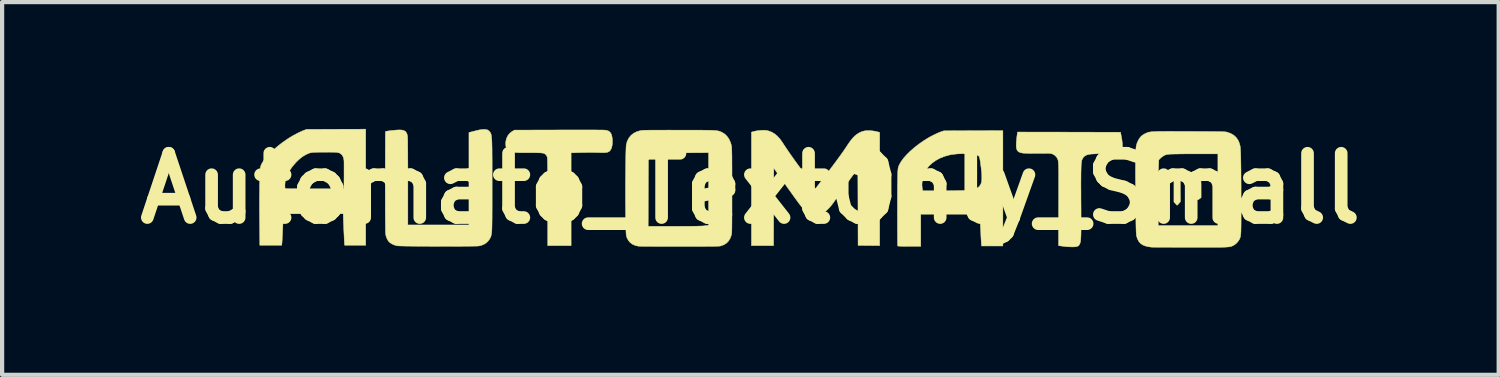
<source format=kicad_pcb>
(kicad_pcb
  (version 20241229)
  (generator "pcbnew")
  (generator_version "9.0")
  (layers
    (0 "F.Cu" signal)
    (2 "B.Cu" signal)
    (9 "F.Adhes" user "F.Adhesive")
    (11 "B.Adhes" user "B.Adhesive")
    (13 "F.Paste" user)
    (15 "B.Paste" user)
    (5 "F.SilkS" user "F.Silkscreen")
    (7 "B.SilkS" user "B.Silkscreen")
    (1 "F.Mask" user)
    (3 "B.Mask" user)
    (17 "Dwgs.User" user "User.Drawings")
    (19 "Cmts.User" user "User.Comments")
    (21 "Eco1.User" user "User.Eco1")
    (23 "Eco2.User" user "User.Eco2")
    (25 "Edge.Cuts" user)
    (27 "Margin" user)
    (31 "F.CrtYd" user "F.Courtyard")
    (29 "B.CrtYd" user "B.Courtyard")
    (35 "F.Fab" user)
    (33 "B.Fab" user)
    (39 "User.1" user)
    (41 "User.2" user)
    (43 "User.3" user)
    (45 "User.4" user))
  (footprint "Automato_TextOnly_Small"
    (layer "F.Cu")
    (at 14.739 1.418)
    (property "Reference" "Automato_TextOnly_Small" (at 0 0 0) (layer "F.SilkS") (effects (font (size 1.524 1.524) (thickness 0.3))))
    (attr through_hole)
    (fp_poly (pts (xy 10.192 -0.221) (xy 10.193 0.046) (xy 10.195 0.313) (xy 10.159 0.356) (xy 10.14 0.377) (xy 10.125 0.393) (xy 10.117 0.398) (xy 10.109 0.392) (xy 10.093 0.377) (xy 10.076 0.359) (xy 10.041 0.319) (xy 10.041 -0.225) (xy 10.08 -0.263) (xy 10.119 -0.301) (xy 10.192 -0.221)) (stroke (width 0.01) (type solid)) (fill yes) (layer "F.SilkS"))
    (fp_poly (pts (xy 10.633 -0.212) (xy 10.649 -0.2) (xy 10.662 -0.19) (xy 10.671 -0.18) (xy 10.678 -0.167) (xy 10.682 -0.15) (xy 10.684 -0.125) (xy 10.685 -0.091) (xy 10.685 -0.044) (xy 10.685 0.017) (xy 10.685 0.022) (xy 10.685 0.217) (xy 10.65 0.244) (xy 10.629 0.259) (xy 10.613 0.269) (xy 10.609 0.271) (xy 10.6 0.266) (xy 10.583 0.253) (xy 10.572 0.243) (xy 10.541 0.216) (xy 10.54 0.021) (xy 10.539 -0.174) (xy 10.574 -0.201) (xy 10.61 -0.229) (xy 10.633 -0.212)) (stroke (width 0.01) (type solid)) (fill yes) (layer "F.SilkS"))
    (fp_poly (pts (xy -3.94 -1.388) (xy -3.831 -1.388) (xy -3.736 -1.388) (xy -3.655 -1.387) (xy -3.586 -1.386) (xy -3.53 -1.386) (xy -3.486 -1.385) (xy -3.453 -1.383) (xy -3.431 -1.382) (xy -3.419 -1.381) (xy -3.371 -1.366) (xy -3.335 -1.343) (xy -3.308 -1.31) (xy -3.289 -1.265) (xy -3.277 -1.207) (xy -3.275 -1.194) (xy -3.27 -1.123) (xy -3.272 -1.055) (xy -3.282 -0.995) (xy -3.298 -0.944) (xy -3.32 -0.904) (xy -3.342 -0.882) (xy -3.362 -0.87) (xy -3.385 -0.86) (xy -3.412 -0.854) (xy -3.447 -0.85) (xy -3.491 -0.849) (xy -3.548 -0.849) (xy -3.605 -0.851) (xy -3.66 -0.852) (xy -3.728 -0.853) (xy -3.803 -0.853) (xy -3.881 -0.853) (xy -3.958 -0.852) (xy -4.01 -0.851) (xy -4.25 -0.845) (xy -4.25 1.355) (xy -4.805 1.355) (xy -4.805 0.324) (xy -4.805 0.161) (xy -4.806 0.015) (xy -4.806 -0.116) (xy -4.806 -0.233) (xy -4.807 -0.335) (xy -4.807 -0.424) (xy -4.808 -0.5) (xy -4.809 -0.565) (xy -4.809 -0.618) (xy -4.811 -0.661) (xy -4.812 -0.694) (xy -4.813 -0.719) (xy -4.815 -0.735) (xy -4.816 -0.743) (xy -4.829 -0.772) (xy -4.847 -0.799) (xy -4.851 -0.803) (xy -4.864 -0.814) (xy -4.877 -0.823) (xy -4.894 -0.831) (xy -4.915 -0.837) (xy -4.943 -0.841) (xy -4.979 -0.844) (xy -5.024 -0.846) (xy -5.081 -0.847) (xy -5.152 -0.848) (xy -5.237 -0.848) (xy -5.255 -0.848) (xy -5.351 -0.847) (xy -5.432 -0.848) (xy -5.499 -0.849) (xy -5.555 -0.852) (xy -5.6 -0.855) (xy -5.637 -0.86) (xy -5.667 -0.865) (xy -5.692 -0.873) (xy -5.713 -0.882) (xy -5.713 -0.882) (xy -5.753 -0.91) (xy -5.781 -0.95) (xy -5.797 -1.002) (xy -5.802 -1.066) (xy -5.798 -1.116) (xy -5.781 -1.187) (xy -5.75 -1.252) (xy -5.706 -1.307) (xy -5.651 -1.351) (xy -5.638 -1.359) (xy -5.592 -1.384) (xy -4.528 -1.387) (xy -4.357 -1.388) (xy -4.202 -1.388) (xy -4.064 -1.388) (xy -3.94 -1.388)) (stroke (width 0.01) (type solid)) (fill yes) (layer "F.SilkS"))
    (fp_poly (pts (xy 0.35 -1.379) (xy 0.379 -1.376) (xy 0.407 -1.371) (xy 0.436 -1.362) (xy 0.509 -1.335) (xy 0.575 -1.295) (xy 0.638 -1.243) (xy 0.699 -1.176) (xy 0.758 -1.094) (xy 0.77 -1.075) (xy 0.826 -0.99) (xy 0.89 -0.895) (xy 0.96 -0.794) (xy 1.034 -0.689) (xy 1.109 -0.585) (xy 1.15 -0.529) (xy 1.196 -0.467) (xy 1.248 -0.397) (xy 1.302 -0.323) (xy 1.355 -0.251) (xy 1.402 -0.187) (xy 1.412 -0.173) (xy 1.543 0.005) (xy 1.739 -0.254) (xy 1.817 -0.358) (xy 1.887 -0.45) (xy 1.948 -0.531) (xy 2.001 -0.603) (xy 2.049 -0.667) (xy 2.09 -0.723) (xy 2.127 -0.774) (xy 2.16 -0.82) (xy 2.191 -0.864) (xy 2.22 -0.905) (xy 2.247 -0.946) (xy 2.276 -0.988) (xy 2.305 -1.032) (xy 2.308 -1.037) (xy 2.366 -1.121) (xy 2.422 -1.191) (xy 2.477 -1.247) (xy 2.533 -1.291) (xy 2.591 -1.326) (xy 2.654 -1.352) (xy 2.675 -1.358) (xy 2.73 -1.369) (xy 2.796 -1.372) (xy 2.869 -1.369) (xy 2.943 -1.359) (xy 3.015 -1.343) (xy 3.02 -1.342) (xy 3.065 -1.329) (xy 3.065 1.355) (xy 2.809 1.353) (xy 2.553 1.35) (xy 2.551 0.518) (xy 2.548 -0.314) (xy 2.51 -0.331) (xy 2.485 -0.34) (xy 2.466 -0.346) (xy 2.46 -0.347) (xy 2.455 -0.343) (xy 2.445 -0.331) (xy 2.428 -0.31) (xy 2.405 -0.28) (xy 2.376 -0.24) (xy 2.34 -0.189) (xy 2.296 -0.128) (xy 2.244 -0.055) (xy 2.184 0.03) (xy 2.116 0.127) (xy 2.038 0.237) (xy 1.97 0.334) (xy 1.915 0.406) (xy 1.858 0.471) (xy 1.8 0.526) (xy 1.744 0.57) (xy 1.699 0.597) (xy 1.632 0.623) (xy 1.566 0.634) (xy 1.501 0.629) (xy 1.435 0.609) (xy 1.368 0.572) (xy 1.3 0.522) (xy 1.282 0.506) (xy 1.264 0.489) (xy 1.244 0.468) (xy 1.222 0.443) (xy 1.197 0.412) (xy 1.169 0.376) (xy 1.135 0.332) (xy 1.097 0.279) (xy 1.052 0.218) (xy 1 0.145) (xy 0.94 0.061) (xy 0.871 -0.035) (xy 0.854 -0.06) (xy 0.555 -0.483) (xy 0.552 0.436) (xy 0.55 1.355) (xy 0.025 1.355) (xy 0.025 -1.336) (xy 0.095 -1.355) (xy 0.157 -1.368) (xy 0.228 -1.376) (xy 0.268 -1.378) (xy 0.315 -1.38) (xy 0.35 -1.379)) (stroke (width 0.01) (type solid)) (fill yes) (layer "F.SilkS"))
    (fp_poly (pts (xy 7.555 -1.336) (xy 8.775 -1.333) (xy 8.794 -1.236) (xy 8.805 -1.176) (xy 8.813 -1.115) (xy 8.819 -1.057) (xy 8.821 -1.006) (xy 8.821 -0.966) (xy 8.819 -0.946) (xy 8.809 -0.918) (xy 8.793 -0.891) (xy 8.792 -0.89) (xy 8.78 -0.877) (xy 8.767 -0.866) (xy 8.751 -0.857) (xy 8.729 -0.85) (xy 8.702 -0.845) (xy 8.666 -0.84) (xy 8.621 -0.837) (xy 8.563 -0.834) (xy 8.493 -0.831) (xy 8.407 -0.829) (xy 8.403 -0.829) (xy 8.332 -0.827) (xy 8.263 -0.825) (xy 8.2 -0.822) (xy 8.144 -0.819) (xy 8.099 -0.817) (xy 8.066 -0.814) (xy 8.054 -0.813) (xy 7.99 -0.8) (xy 7.941 -0.779) (xy 7.903 -0.749) (xy 7.875 -0.708) (xy 7.861 -0.677) (xy 7.856 -0.662) (xy 7.853 -0.643) (xy 7.849 -0.62) (xy 7.846 -0.591) (xy 7.843 -0.556) (xy 7.841 -0.513) (xy 7.84 -0.462) (xy 7.838 -0.401) (xy 7.837 -0.33) (xy 7.837 -0.248) (xy 7.836 -0.153) (xy 7.836 -0.045) (xy 7.837 0.077) (xy 7.837 0.214) (xy 7.838 0.356) (xy 7.839 0.498) (xy 7.839 0.624) (xy 7.84 0.736) (xy 7.84 0.833) (xy 7.84 0.918) (xy 7.839 0.991) (xy 7.838 1.054) (xy 7.837 1.107) (xy 7.835 1.152) (xy 7.833 1.189) (xy 7.831 1.219) (xy 7.828 1.244) (xy 7.824 1.265) (xy 7.82 1.283) (xy 7.815 1.298) (xy 7.809 1.312) (xy 7.807 1.317) (xy 7.793 1.342) (xy 7.775 1.361) (xy 7.751 1.373) (xy 7.716 1.381) (xy 7.67 1.385) (xy 7.641 1.385) (xy 7.59 1.385) (xy 7.531 1.382) (xy 7.475 1.378) (xy 7.455 1.376) (xy 7.414 1.37) (xy 7.376 1.365) (xy 7.347 1.361) (xy 7.333 1.359) (xy 7.305 1.354) (xy 7.307 0.37) (xy 7.308 0.218) (xy 7.308 0.081) (xy 7.308 -0.04) (xy 7.308 -0.147) (xy 7.308 -0.242) (xy 7.308 -0.323) (xy 7.308 -0.394) (xy 7.307 -0.455) (xy 7.306 -0.506) (xy 7.305 -0.549) (xy 7.303 -0.584) (xy 7.301 -0.613) (xy 7.299 -0.637) (xy 7.296 -0.656) (xy 7.293 -0.671) (xy 7.289 -0.684) (xy 7.285 -0.695) (xy 7.28 -0.706) (xy 7.274 -0.717) (xy 7.272 -0.721) (xy 7.246 -0.758) (xy 7.209 -0.791) (xy 7.166 -0.815) (xy 7.148 -0.822) (xy 7.118 -0.828) (xy 7.08 -0.832) (xy 7.048 -0.833) (xy 6.943 -0.832) (xy 6.844 -0.831) (xy 6.752 -0.831) (xy 6.67 -0.832) (xy 6.598 -0.832) (xy 6.539 -0.834) (xy 6.493 -0.836) (xy 6.462 -0.838) (xy 6.453 -0.839) (xy 6.406 -0.849) (xy 6.369 -0.863) (xy 6.341 -0.884) (xy 6.321 -0.912) (xy 6.308 -0.95) (xy 6.302 -0.998) (xy 6.303 -1.059) (xy 6.308 -1.135) (xy 6.311 -1.164) (xy 6.316 -1.211) (xy 6.321 -1.253) (xy 6.326 -1.287) (xy 6.329 -1.309) (xy 6.33 -1.314) (xy 6.334 -1.338) (xy 7.555 -1.336)) (stroke (width 0.01) (type solid)) (fill yes) (layer "F.SilkS"))
    (fp_poly (pts (xy -9.119 1.346) (xy -9.618 1.346) (xy -9.622 1.327) (xy -9.623 1.316) (xy -9.624 1.289) (xy -9.626 1.25) (xy -9.629 1.201) (xy -9.631 1.144) (xy -9.634 1.081) (xy -9.637 1.015) (xy -9.64 0.947) (xy -9.643 0.88) (xy -9.646 0.817) (xy -9.648 0.758) (xy -9.65 0.707) (xy -9.651 0.666) (xy -9.652 0.637) (xy -9.652 0.624) (xy -9.652 0.601) (xy -11.065 0.601) (xy -11.069 0.637) (xy -11.071 0.654) (xy -11.073 0.686) (xy -11.076 0.73) (xy -11.078 0.784) (xy -11.082 0.845) (xy -11.085 0.913) (xy -11.087 0.957) (xy -11.09 1.027) (xy -11.093 1.094) (xy -11.097 1.156) (xy -11.099 1.21) (xy -11.102 1.253) (xy -11.104 1.283) (xy -11.105 1.293) (xy -11.11 1.346) (xy -11.63 1.346) (xy -11.636 0.756) (xy -11.637 0.604) (xy -11.638 0.458) (xy -11.638 0.318) (xy -11.638 0.185) (xy -11.636 0.061) (xy -11.635 -0.055) (xy -11.635 -0.056) (xy -11.035 -0.056) (xy -11.033 -0.025) (xy -11.03 -0.004) (xy -11.029 -0.001) (xy -11.023 0.001) (xy -11.007 0.002) (xy -10.981 0.004) (xy -10.943 0.005) (xy -10.893 0.006) (xy -10.831 0.007) (xy -10.755 0.007) (xy -10.665 0.008) (xy -10.56 0.008) (xy -10.439 0.008) (xy -10.329 0.008) (xy -9.635 0.008) (xy -9.633 -0.298) (xy -9.633 -0.371) (xy -9.633 -0.44) (xy -9.633 -0.504) (xy -9.633 -0.559) (xy -9.633 -0.604) (xy -9.634 -0.636) (xy -9.634 -0.652) (xy -9.642 -0.715) (xy -9.662 -0.766) (xy -9.692 -0.806) (xy -9.694 -0.808) (xy -9.711 -0.821) (xy -9.727 -0.833) (xy -9.745 -0.842) (xy -9.767 -0.848) (xy -9.795 -0.854) (xy -9.83 -0.857) (xy -9.874 -0.859) (xy -9.929 -0.86) (xy -9.997 -0.861) (xy -10.08 -0.86) (xy -10.105 -0.86) (xy -10.187 -0.86) (xy -10.255 -0.859) (xy -10.31 -0.857) (xy -10.355 -0.855) (xy -10.391 -0.852) (xy -10.422 -0.847) (xy -10.448 -0.841) (xy -10.473 -0.832) (xy -10.498 -0.821) (xy -10.525 -0.808) (xy -10.541 -0.8) (xy -10.599 -0.767) (xy -10.655 -0.727) (xy -10.714 -0.676) (xy -10.774 -0.617) (xy -10.856 -0.522) (xy -10.924 -0.424) (xy -10.978 -0.322) (xy -11.016 -0.22) (xy -11.021 -0.202) (xy -11.027 -0.171) (xy -11.031 -0.133) (xy -11.034 -0.094) (xy -11.035 -0.056) (xy -11.635 -0.056) (xy -11.633 -0.16) (xy -11.631 -0.254) (xy -11.628 -0.335) (xy -11.624 -0.404) (xy -11.621 -0.459) (xy -11.616 -0.498) (xy -11.612 -0.521) (xy -11.59 -0.577) (xy -11.553 -0.64) (xy -11.504 -0.708) (xy -11.443 -0.779) (xy -11.371 -0.853) (xy -11.291 -0.929) (xy -11.203 -1.004) (xy -11.108 -1.079) (xy -11.007 -1.15) (xy -10.964 -1.179) (xy -10.9 -1.219) (xy -10.83 -1.26) (xy -10.759 -1.298) (xy -10.689 -1.333) (xy -10.626 -1.362) (xy -10.575 -1.382) (xy -10.52 -1.401) (xy -9.819 -1.404) (xy -9.119 -1.406) (xy -9.119 1.346)) (stroke (width 0.01) (type solid)) (fill yes) (layer "F.SilkS"))
    (fp_poly (pts (xy 5.986 1.363) (xy 5.48 1.363) (xy 5.475 1.298) (xy 5.473 1.273) (xy 5.471 1.235) (xy 5.468 1.184) (xy 5.465 1.124) (xy 5.462 1.058) (xy 5.459 0.987) (xy 5.456 0.94) (xy 5.453 0.87) (xy 5.45 0.806) (xy 5.447 0.748) (xy 5.444 0.699) (xy 5.442 0.662) (xy 5.44 0.637) (xy 5.439 0.629) (xy 5.435 0.61) (xy 4.039 0.61) (xy 4.039 1.372) (xy 3.768 1.372) (xy 3.682 1.371) (xy 3.612 1.371) (xy 3.559 1.369) (xy 3.521 1.367) (xy 3.499 1.365) (xy 3.492 1.362) (xy 3.491 1.352) (xy 3.49 1.326) (xy 3.489 1.286) (xy 3.488 1.234) (xy 3.487 1.169) (xy 3.487 1.095) (xy 3.486 1.012) (xy 3.486 0.922) (xy 3.486 0.826) (xy 3.486 0.725) (xy 3.485 0.621) (xy 3.486 0.515) (xy 3.486 0.409) (xy 3.486 0.303) (xy 3.486 0.2) (xy 3.487 0.101) (xy 3.487 0.007) (xy 3.488 -0.081) (xy 3.488 -0.082) (xy 4.068 -0.082) (xy 4.072 -0.03) (xy 4.077 0.004) (xy 4.081 0.032) (xy 4.085 0.049) (xy 4.086 0.052) (xy 4.095 0.053) (xy 4.119 0.054) (xy 4.157 0.055) (xy 4.206 0.055) (xy 4.266 0.055) (xy 4.334 0.055) (xy 4.408 0.055) (xy 4.487 0.055) (xy 4.57 0.054) (xy 4.654 0.054) (xy 4.737 0.053) (xy 4.819 0.052) (xy 4.896 0.051) (xy 4.969 0.049) (xy 5.034 0.048) (xy 5.09 0.047) (xy 5.135 0.045) (xy 5.168 0.044) (xy 5.186 0.042) (xy 5.266 0.029) (xy 5.331 0.011) (xy 5.382 -0.013) (xy 5.422 -0.044) (xy 5.452 -0.083) (xy 5.473 -0.129) (xy 5.482 -0.172) (xy 5.486 -0.23) (xy 5.486 -0.302) (xy 5.481 -0.387) (xy 5.471 -0.483) (xy 5.46 -0.567) (xy 5.451 -0.632) (xy 5.443 -0.682) (xy 5.435 -0.72) (xy 5.426 -0.748) (xy 5.415 -0.767) (xy 5.4 -0.779) (xy 5.38 -0.788) (xy 5.355 -0.794) (xy 5.322 -0.799) (xy 5.321 -0.8) (xy 5.176 -0.818) (xy 5.032 -0.825) (xy 4.892 -0.819) (xy 4.76 -0.802) (xy 4.725 -0.795) (xy 4.605 -0.762) (xy 4.496 -0.719) (xy 4.397 -0.665) (xy 4.31 -0.603) (xy 4.235 -0.533) (xy 4.173 -0.454) (xy 4.125 -0.37) (xy 4.091 -0.279) (xy 4.072 -0.183) (xy 4.068 -0.082) (xy 3.488 -0.082) (xy 3.489 -0.161) (xy 3.49 -0.232) (xy 3.491 -0.293) (xy 3.492 -0.341) (xy 3.493 -0.376) (xy 3.494 -0.395) (xy 3.498 -0.442) (xy 3.502 -0.477) (xy 3.508 -0.505) (xy 3.516 -0.529) (xy 3.527 -0.554) (xy 3.533 -0.568) (xy 3.577 -0.643) (xy 3.635 -0.722) (xy 3.708 -0.804) (xy 3.793 -0.887) (xy 3.889 -0.971) (xy 3.996 -1.054) (xy 4.111 -1.134) (xy 4.184 -1.18) (xy 4.262 -1.225) (xy 4.342 -1.267) (xy 4.418 -1.303) (xy 4.487 -1.333) (xy 4.517 -1.344) (xy 4.585 -1.367) (xy 5.285 -1.37) (xy 5.986 -1.372) (xy 5.986 1.363)) (stroke (width 0.01) (type solid)) (fill yes) (layer "F.SilkS"))
    (fp_poly (pts (xy -6.263 -1.397) (xy -6.225 -1.385) (xy -6.195 -1.364) (xy -6.178 -1.344) (xy -6.17 -1.333) (xy -6.163 -1.322) (xy -6.157 -1.31) (xy -6.151 -1.297) (xy -6.146 -1.28) (xy -6.142 -1.26) (xy -6.138 -1.235) (xy -6.135 -1.204) (xy -6.132 -1.168) (xy -6.129 -1.124) (xy -6.127 -1.073) (xy -6.126 -1.012) (xy -6.124 -0.942) (xy -6.124 -0.861) (xy -6.123 -0.769) (xy -6.122 -0.664) (xy -6.122 -0.546) (xy -6.122 -0.414) (xy -6.122 -0.267) (xy -6.122 -0.104) (xy -6.122 -0.055) (xy -6.122 0.106) (xy -6.122 0.251) (xy -6.122 0.381) (xy -6.122 0.497) (xy -6.123 0.599) (xy -6.123 0.689) (xy -6.124 0.768) (xy -6.125 0.836) (xy -6.126 0.895) (xy -6.127 0.945) (xy -6.129 0.987) (xy -6.131 1.023) (xy -6.134 1.052) (xy -6.137 1.077) (xy -6.141 1.097) (xy -6.145 1.115) (xy -6.149 1.13) (xy -6.154 1.144) (xy -6.16 1.157) (xy -6.166 1.171) (xy -6.167 1.172) (xy -6.203 1.232) (xy -6.253 1.283) (xy -6.314 1.323) (xy -6.384 1.351) (xy -6.435 1.363) (xy -6.454 1.364) (xy -6.488 1.366) (xy -6.536 1.367) (xy -6.597 1.368) (xy -6.669 1.369) (xy -6.752 1.37) (xy -6.842 1.371) (xy -6.94 1.371) (xy -7.044 1.371) (xy -7.152 1.372) (xy -7.263 1.372) (xy -7.376 1.371) (xy -7.49 1.371) (xy -7.602 1.371) (xy -7.712 1.37) (xy -7.818 1.37) (xy -7.919 1.369) (xy -8.013 1.368) (xy -8.1 1.367) (xy -8.177 1.366) (xy -8.244 1.364) (xy -8.299 1.363) (xy -8.34 1.361) (xy -8.366 1.36) (xy -8.375 1.359) (xy -8.439 1.341) (xy -8.499 1.314) (xy -8.549 1.282) (xy -8.552 1.279) (xy -8.583 1.246) (xy -8.61 1.2) (xy -8.632 1.148) (xy -8.645 1.096) (xy -8.647 1.083) (xy -8.648 1.061) (xy -8.65 1.03) (xy -8.651 0.989) (xy -8.652 0.937) (xy -8.652 0.875) (xy -8.653 0.801) (xy -8.654 0.714) (xy -8.654 0.615) (xy -8.655 0.502) (xy -8.655 0.374) (xy -8.655 0.232) (xy -8.656 0.074) (xy -8.656 -0.1) (xy -8.656 -0.154) (xy -8.656 -0.295) (xy -8.656 -0.431) (xy -8.656 -0.562) (xy -8.655 -0.685) (xy -8.655 -0.802) (xy -8.655 -0.909) (xy -8.654 -1.008) (xy -8.654 -1.096) (xy -8.654 -1.172) (xy -8.653 -1.236) (xy -8.653 -1.287) (xy -8.652 -1.324) (xy -8.652 -1.345) (xy -8.651 -1.351) (xy -8.64 -1.354) (xy -8.615 -1.359) (xy -8.58 -1.364) (xy -8.538 -1.37) (xy -8.491 -1.375) (xy -8.443 -1.38) (xy -8.397 -1.384) (xy -8.356 -1.387) (xy -8.324 -1.388) (xy -8.318 -1.388) (xy -8.258 -1.385) (xy -8.212 -1.373) (xy -8.177 -1.352) (xy -8.152 -1.32) (xy -8.135 -1.275) (xy -8.128 -1.239) (xy -8.127 -1.223) (xy -8.125 -1.191) (xy -8.124 -1.144) (xy -8.123 -1.082) (xy -8.123 -1.006) (xy -8.122 -0.916) (xy -8.121 -0.815) (xy -8.121 -0.701) (xy -8.12 -0.577) (xy -8.12 -0.442) (xy -8.12 -0.298) (xy -8.12 -0.163) (xy -8.12 0.864) (xy -6.672 0.864) (xy -6.672 -1.327) (xy -6.572 -1.353) (xy -6.507 -1.369) (xy -6.454 -1.382) (xy -6.411 -1.391) (xy -6.375 -1.396) (xy -6.341 -1.399) (xy -6.312 -1.4) (xy -6.263 -1.397)) (stroke (width 0.01) (type solid)) (fill yes) (layer "F.SilkS"))
    (fp_poly (pts (xy 10.098 -1.353) (xy 10.223 -1.353) (xy 10.364 -1.353) (xy 10.407 -1.352) (xy 10.546 -1.352) (xy 10.669 -1.351) (xy 10.778 -1.351) (xy 10.873 -1.35) (xy 10.954 -1.35) (xy 11.024 -1.349) (xy 11.084 -1.348) (xy 11.134 -1.348) (xy 11.175 -1.347) (xy 11.208 -1.345) (xy 11.235 -1.344) (xy 11.256 -1.342) (xy 11.273 -1.341) (xy 11.286 -1.339) (xy 11.297 -1.336) (xy 11.302 -1.335) (xy 11.385 -1.305) (xy 11.456 -1.265) (xy 11.514 -1.213) (xy 11.559 -1.15) (xy 11.592 -1.076) (xy 11.611 -1.003) (xy 11.614 -0.979) (xy 11.617 -0.945) (xy 11.62 -0.898) (xy 11.623 -0.84) (xy 11.625 -0.77) (xy 11.627 -0.687) (xy 11.628 -0.59) (xy 11.63 -0.48) (xy 11.631 -0.355) (xy 11.632 -0.216) (xy 11.633 -0.061) (xy 11.633 0.109) (xy 11.634 0.296) (xy 11.634 0.412) (xy 11.634 0.539) (xy 11.634 0.649) (xy 11.633 0.746) (xy 11.633 0.829) (xy 11.632 0.9) (xy 11.631 0.959) (xy 11.63 1.01) (xy 11.628 1.051) (xy 11.625 1.085) (xy 11.622 1.113) (xy 11.618 1.136) (xy 11.614 1.156) (xy 11.608 1.172) (xy 11.602 1.188) (xy 11.595 1.203) (xy 11.59 1.212) (xy 11.563 1.254) (xy 11.525 1.296) (xy 11.484 1.331) (xy 11.452 1.35) (xy 11.437 1.358) (xy 11.423 1.364) (xy 11.409 1.37) (xy 11.394 1.375) (xy 11.376 1.379) (xy 11.355 1.383) (xy 11.33 1.386) (xy 11.3 1.388) (xy 11.263 1.391) (xy 11.219 1.392) (xy 11.166 1.394) (xy 11.105 1.395) (xy 11.033 1.395) (xy 10.949 1.396) (xy 10.853 1.396) (xy 10.744 1.396) (xy 10.62 1.396) (xy 10.481 1.396) (xy 10.414 1.395) (xy 10.293 1.395) (xy 10.176 1.395) (xy 10.065 1.395) (xy 9.961 1.394) (xy 9.865 1.394) (xy 9.777 1.394) (xy 9.7 1.393) (xy 9.634 1.393) (xy 9.581 1.392) (xy 9.541 1.392) (xy 9.516 1.392) (xy 9.508 1.391) (xy 9.421 1.379) (xy 9.348 1.359) (xy 9.288 1.331) (xy 9.24 1.294) (xy 9.202 1.247) (xy 9.174 1.189) (xy 9.156 1.133) (xy 9.153 1.121) (xy 9.151 1.107) (xy 9.149 1.088) (xy 9.147 1.064) (xy 9.146 1.033) (xy 9.144 0.995) (xy 9.143 0.948) (xy 9.141 0.892) (xy 9.141 0.881) (xy 9.669 0.881) (xy 11.083 0.881) (xy 11.083 -0.821) (xy 10.577 -0.821) (xy 10.482 -0.821) (xy 10.39 -0.82) (xy 10.301 -0.82) (xy 10.218 -0.819) (xy 10.143 -0.818) (xy 10.078 -0.817) (xy 10.025 -0.816) (xy 9.985 -0.815) (xy 9.965 -0.814) (xy 9.919 -0.811) (xy 9.885 -0.807) (xy 9.86 -0.802) (xy 9.839 -0.795) (xy 9.817 -0.785) (xy 9.807 -0.78) (xy 9.773 -0.759) (xy 9.739 -0.733) (xy 9.719 -0.715) (xy 9.682 -0.677) (xy 9.676 -0.51) (xy 9.675 -0.473) (xy 9.674 -0.421) (xy 9.673 -0.356) (xy 9.673 -0.279) (xy 9.672 -0.193) (xy 9.671 -0.099) (xy 9.671 -0.000126) (xy 9.67 0.103) (xy 9.67 0.208) (xy 9.67 0.269) (xy 9.669 0.881) (xy 9.141 0.881) (xy 9.14 0.824) (xy 9.139 0.745) (xy 9.138 0.653) (xy 9.136 0.547) (xy 9.135 0.426) (xy 9.134 0.33) (xy 9.132 0.139) (xy 9.131 -0.035) (xy 9.13 -0.194) (xy 9.129 -0.337) (xy 9.129 -0.465) (xy 9.13 -0.578) (xy 9.131 -0.678) (xy 9.132 -0.764) (xy 9.134 -0.837) (xy 9.137 -0.898) (xy 9.14 -0.947) (xy 9.144 -0.984) (xy 9.148 -1.01) (xy 9.148 -1.012) (xy 9.166 -1.075) (xy 9.193 -1.136) (xy 9.224 -1.19) (xy 9.258 -1.232) (xy 9.29 -1.259) (xy 9.331 -1.286) (xy 9.36 -1.301) (xy 9.378 -1.309) (xy 9.395 -1.317) (xy 9.412 -1.324) (xy 9.429 -1.33) (xy 9.449 -1.335) (xy 9.472 -1.339) (xy 9.499 -1.343) (xy 9.531 -1.346) (xy 9.569 -1.348) (xy 9.615 -1.35) (xy 9.668 -1.352) (xy 9.732 -1.353) (xy 9.805 -1.353) (xy 9.89 -1.354) (xy 9.987 -1.354) (xy 10.098 -1.353)) (stroke (width 0.01) (type solid)) (fill yes) (layer "F.SilkS"))
    (fp_poly (pts (xy -1.807 -1.383) (xy -1.702 -1.383) (xy -1.558 -1.383) (xy -1.429 -1.383) (xy -1.316 -1.383) (xy -1.216 -1.383) (xy -1.129 -1.382) (xy -1.054 -1.381) (xy -0.989 -1.38) (xy -0.934 -1.379) (xy -0.888 -1.377) (xy -0.849 -1.375) (xy -0.816 -1.372) (xy -0.789 -1.369) (xy -0.766 -1.365) (xy -0.746 -1.36) (xy -0.729 -1.355) (xy -0.713 -1.349) (xy -0.697 -1.342) (xy -0.68 -1.334) (xy -0.672 -1.33) (xy -0.608 -1.291) (xy -0.554 -1.238) (xy -0.508 -1.173) (xy -0.472 -1.096) (xy -0.451 -1.024) (xy -0.449 -1.014) (xy -0.447 -1.002) (xy -0.445 -0.987) (xy -0.443 -0.969) (xy -0.442 -0.947) (xy -0.441 -0.92) (xy -0.44 -0.886) (xy -0.439 -0.845) (xy -0.438 -0.796) (xy -0.437 -0.738) (xy -0.437 -0.67) (xy -0.437 -0.591) (xy -0.436 -0.5) (xy -0.436 -0.396) (xy -0.436 -0.279) (xy -0.436 -0.146) (xy -0.436 0.002) (xy -0.436 0.047) (xy -0.436 0.199) (xy -0.436 0.335) (xy -0.436 0.456) (xy -0.436 0.563) (xy -0.437 0.657) (xy -0.437 0.739) (xy -0.437 0.809) (xy -0.438 0.87) (xy -0.438 0.92) (xy -0.439 0.963) (xy -0.44 0.998) (xy -0.441 1.026) (xy -0.442 1.048) (xy -0.444 1.066) (xy -0.446 1.081) (xy -0.448 1.092) (xy -0.45 1.102) (xy -0.451 1.109) (xy -0.48 1.184) (xy -0.518 1.247) (xy -0.568 1.297) (xy -0.629 1.335) (xy -0.703 1.362) (xy -0.707 1.363) (xy -0.717 1.365) (xy -0.732 1.367) (xy -0.754 1.368) (xy -0.783 1.37) (xy -0.82 1.371) (xy -0.866 1.372) (xy -0.923 1.373) (xy -0.99 1.373) (xy -1.068 1.374) (xy -1.159 1.374) (xy -1.264 1.375) (xy -1.383 1.375) (xy -1.517 1.375) (xy -1.667 1.375) (xy -1.668 1.375) (xy -1.792 1.375) (xy -1.913 1.375) (xy -2.029 1.375) (xy -2.138 1.375) (xy -2.239 1.374) (xy -2.332 1.374) (xy -2.416 1.373) (xy -2.488 1.373) (xy -2.548 1.372) (xy -2.595 1.371) (xy -2.627 1.37) (xy -2.643 1.37) (xy -2.643 1.37) (xy -2.722 1.354) (xy -2.791 1.325) (xy -2.848 1.284) (xy -2.894 1.23) (xy -2.928 1.163) (xy -2.934 1.147) (xy -2.938 1.135) (xy -2.941 1.12) (xy -2.944 1.1) (xy -2.946 1.075) (xy -2.948 1.041) (xy -2.95 0.999) (xy -2.952 0.945) (xy -2.953 0.897) (xy -2.423 0.897) (xy -1.815 0.897) (xy -1.708 0.897) (xy -1.606 0.897) (xy -1.51 0.896) (xy -1.421 0.896) (xy -1.341 0.895) (xy -1.271 0.894) (xy -1.214 0.892) (xy -1.169 0.891) (xy -1.139 0.89) (xy -1.13 0.889) (xy -1.092 0.885) (xy -1.056 0.88) (xy -1.028 0.876) (xy -1.022 0.876) (xy -0.991 0.871) (xy -0.991 -0.849) (xy -1.602 -0.845) (xy -1.719 -0.844) (xy -1.819 -0.844) (xy -1.906 -0.843) (xy -1.979 -0.843) (xy -2.04 -0.842) (xy -2.09 -0.841) (xy -2.13 -0.84) (xy -2.163 -0.839) (xy -2.188 -0.838) (xy -2.207 -0.836) (xy -2.222 -0.834) (xy -2.233 -0.831) (xy -2.242 -0.829) (xy -2.25 -0.825) (xy -2.256 -0.823) (xy -2.307 -0.794) (xy -2.354 -0.756) (xy -2.391 -0.714) (xy -2.395 -0.709) (xy -2.417 -0.674) (xy -2.42 0.112) (xy -2.423 0.897) (xy -2.953 0.897) (xy -2.954 0.879) (xy -2.955 0.799) (xy -2.957 0.728) (xy -2.958 0.642) (xy -2.959 0.547) (xy -2.96 0.445) (xy -2.961 0.337) (xy -2.961 0.225) (xy -2.961 0.11) (xy -2.961 -0.006) (xy -2.961 -0.123) (xy -2.96 -0.239) (xy -2.959 -0.352) (xy -2.958 -0.461) (xy -2.957 -0.565) (xy -2.955 -0.663) (xy -2.954 -0.752) (xy -2.952 -0.832) (xy -2.95 -0.901) (xy -2.948 -0.958) (xy -2.946 -1.002) (xy -2.943 -1.031) (xy -2.942 -1.039) (xy -2.919 -1.122) (xy -2.882 -1.195) (xy -2.833 -1.256) (xy -2.772 -1.306) (xy -2.698 -1.344) (xy -2.616 -1.369) (xy -2.605 -1.372) (xy -2.592 -1.374) (xy -2.576 -1.376) (xy -2.557 -1.377) (xy -2.533 -1.379) (xy -2.503 -1.38) (xy -2.467 -1.381) (xy -2.423 -1.382) (xy -2.37 -1.382) (xy -2.307 -1.383) (xy -2.233 -1.383) (xy -2.147 -1.383) (xy -2.048 -1.383) (xy -1.935 -1.384) (xy -1.807 -1.383)) (stroke (width 0.01) (type solid)) (fill yes) (layer "F.SilkS")))
  (gr_rect
    (start -3 -3)
    (end 32.479 5.836)
    (stroke (width 0.1) (type default))
    (fill no)
    (layer "Edge.Cuts")))
</source>
